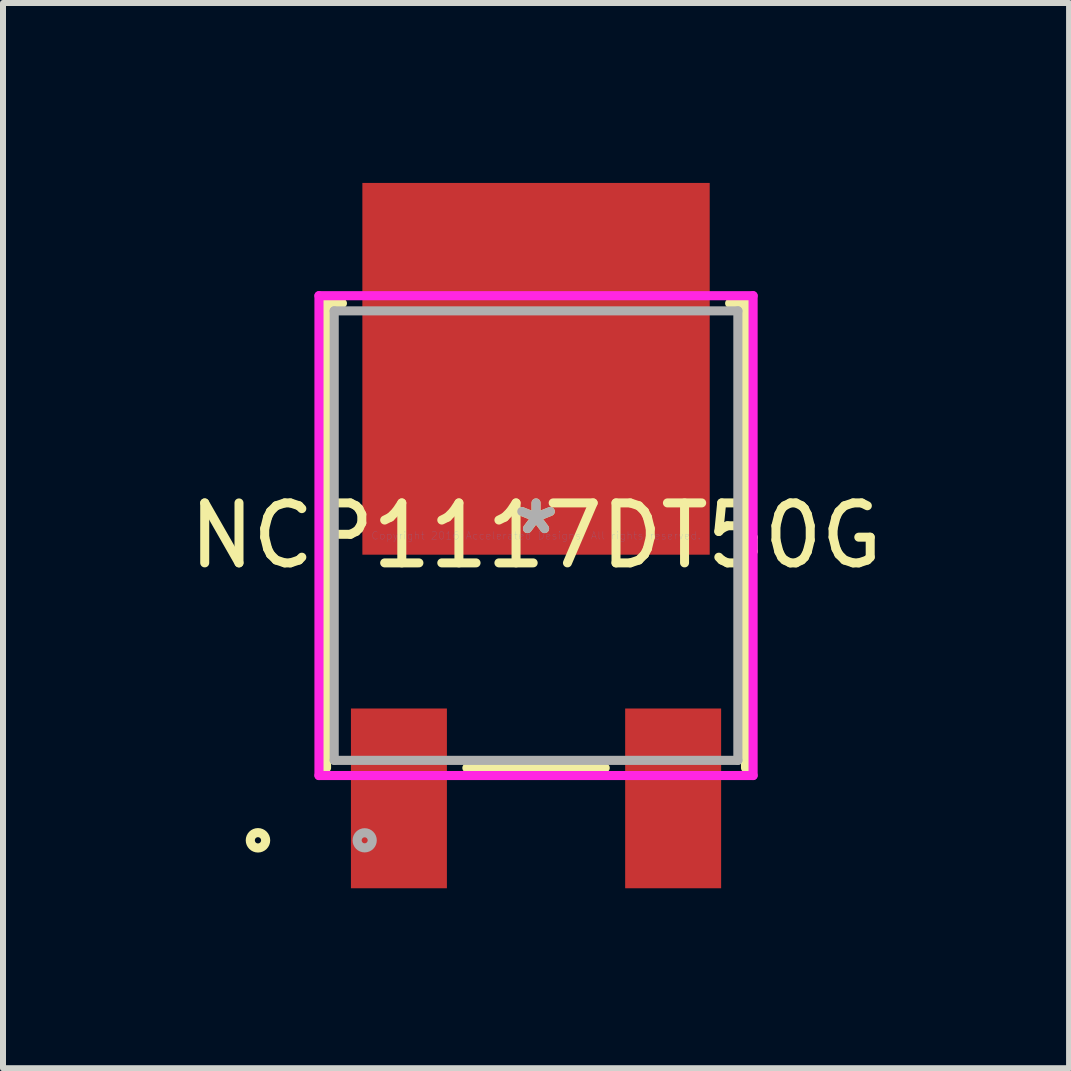
<source format=kicad_pcb>
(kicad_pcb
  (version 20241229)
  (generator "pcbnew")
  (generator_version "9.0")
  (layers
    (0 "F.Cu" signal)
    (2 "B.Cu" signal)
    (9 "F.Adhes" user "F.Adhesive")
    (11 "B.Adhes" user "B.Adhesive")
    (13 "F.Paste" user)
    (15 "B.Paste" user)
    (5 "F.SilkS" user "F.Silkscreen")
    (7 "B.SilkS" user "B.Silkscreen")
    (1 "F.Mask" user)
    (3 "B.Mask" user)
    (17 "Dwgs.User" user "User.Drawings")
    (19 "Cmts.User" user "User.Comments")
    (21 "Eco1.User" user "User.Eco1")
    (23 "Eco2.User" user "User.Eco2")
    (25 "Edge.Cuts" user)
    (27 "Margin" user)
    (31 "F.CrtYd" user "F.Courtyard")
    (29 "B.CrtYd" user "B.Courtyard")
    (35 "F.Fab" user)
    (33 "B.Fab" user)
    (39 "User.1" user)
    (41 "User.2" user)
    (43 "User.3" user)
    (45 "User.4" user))
  (footprint "NCP1117DT50G"
    (layer "F.Cu")
    (at 5.887 5.88)
    (property "Reference" "NCP1117DT50G" (at 0 0 0) (layer "F.SilkS") (effects (font (size 1 1) (thickness 0.15))))
    (attr through_hole)
    (fp_line (start -3.493 -3.873) (end -3.493 3.873) (stroke (width 0.152) (type solid)) (layer "F.SilkS"))
    (fp_line (start -3.228 -3.873) (end -3.493 -3.873) (stroke (width 0.152) (type solid)) (layer "F.SilkS"))
    (fp_line (start -1.153 3.873) (end 1.153 3.873) (stroke (width 0.152) (type solid)) (layer "F.SilkS"))
    (fp_line (start 3.493 -3.873) (end 3.228 -3.873) (stroke (width 0.152) (type solid)) (layer "F.SilkS"))
    (fp_line (start 3.493 3.873) (end 3.493 -3.873) (stroke (width 0.152) (type solid)) (layer "F.SilkS"))
    (fp_circle (center -4.636 5.08) (end -4.508 5.08) (stroke (width 0.152) (type solid)) (fill no) (layer "F.SilkS"))
    (fp_line (start -3.619 -4) (end 3.619 -4) (stroke (width 0.152) (type solid)) (layer "F.CrtYd"))
    (fp_line (start -3.619 4) (end -3.619 -4) (stroke (width 0.152) (type solid)) (layer "F.CrtYd"))
    (fp_line (start 3.619 -4) (end 3.619 4) (stroke (width 0.152) (type solid)) (layer "F.CrtYd"))
    (fp_line (start 3.619 4) (end -3.619 4) (stroke (width 0.152) (type solid)) (layer "F.CrtYd"))
    (fp_line (start -3.365 -3.747) (end -3.365 3.747) (stroke (width 0.152) (type solid)) (layer "F.Fab"))
    (fp_line (start -3.365 3.747) (end 3.365 3.747) (stroke (width 0.152) (type solid)) (layer "F.Fab"))
    (fp_line (start 3.365 -3.747) (end -3.365 -3.747) (stroke (width 0.152) (type solid)) (layer "F.Fab"))
    (fp_line (start 3.365 3.747) (end 3.365 -3.747) (stroke (width 0.152) (type solid)) (layer "F.Fab"))
    (fp_circle (center -2.857 5.08) (end -2.731 5.08) (stroke (width 0.152) (type solid)) (fill no) (layer "F.Fab"))
    (fp_text user "*" (at 0 0 0) (layer "F.SilkS") (effects (font (size 1 1) (thickness 0.15))))
    (fp_text user "Copyright 2016 Accelerated Designs. All rights reserved." (at 0 0 0) (layer "Cmts.User") (effects (font (size 0.127 0.127) (thickness 0.002))))
    (fp_text user "*" (at 0 0 0) (layer "F.Fab") (effects (font (size 1 1) (thickness 0.15))))
    (pad "1" smd rect (at -2.286 4.381) (size 1.6 2.997) (layers "F.Cu" "F.Mask" "F.Paste"))
    (pad "2" smd rect (at 0 -2.781) (size 5.791 6.198) (layers "F.Cu" "F.Mask" "F.Paste"))
    (pad "3" smd rect (at 2.286 4.381) (size 1.6 2.997) (layers "F.Cu" "F.Mask" "F.Paste")))
  (gr_rect
    (start -3 -3)
    (end 14.774 14.76)
    (stroke (width 0.1) (type default))
    (fill no)
    (layer "Edge.Cuts")))
</source>
